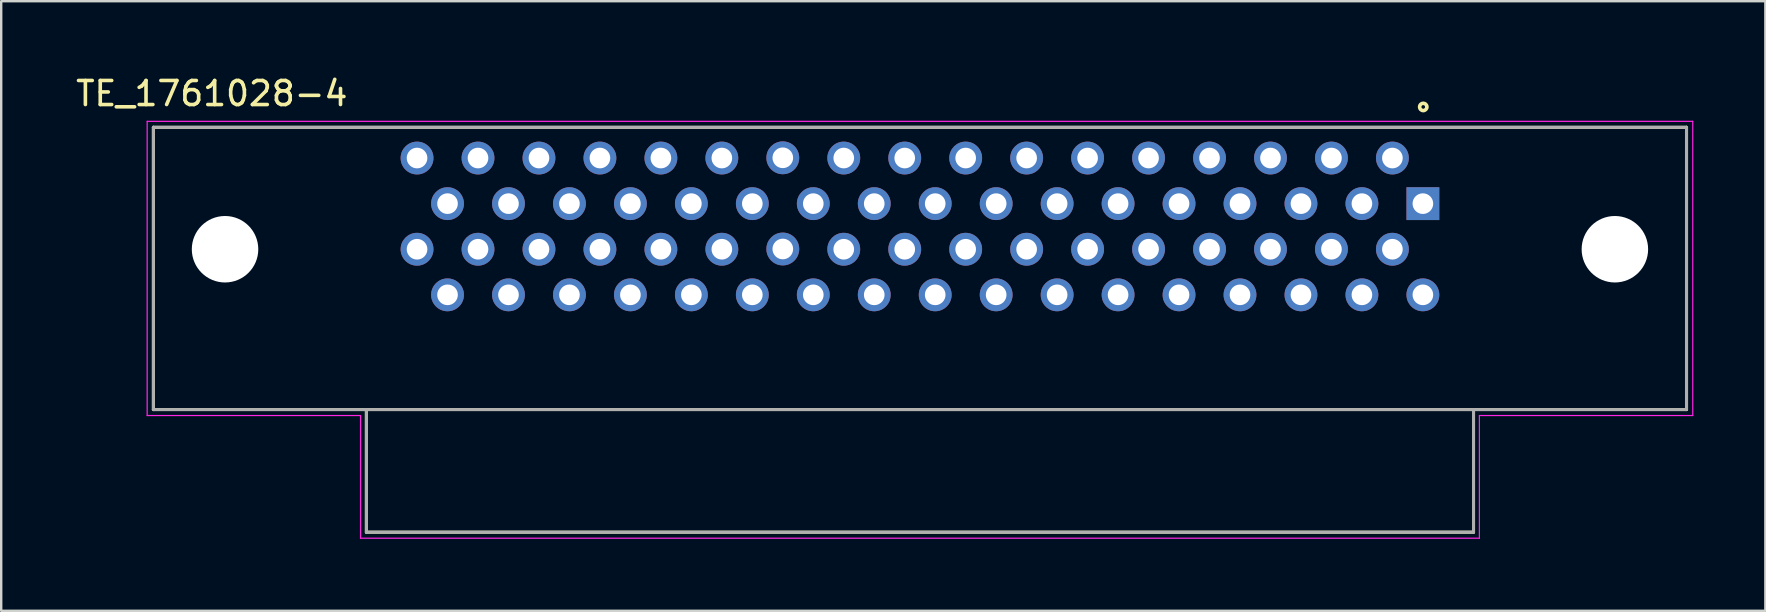
<source format=kicad_pcb>
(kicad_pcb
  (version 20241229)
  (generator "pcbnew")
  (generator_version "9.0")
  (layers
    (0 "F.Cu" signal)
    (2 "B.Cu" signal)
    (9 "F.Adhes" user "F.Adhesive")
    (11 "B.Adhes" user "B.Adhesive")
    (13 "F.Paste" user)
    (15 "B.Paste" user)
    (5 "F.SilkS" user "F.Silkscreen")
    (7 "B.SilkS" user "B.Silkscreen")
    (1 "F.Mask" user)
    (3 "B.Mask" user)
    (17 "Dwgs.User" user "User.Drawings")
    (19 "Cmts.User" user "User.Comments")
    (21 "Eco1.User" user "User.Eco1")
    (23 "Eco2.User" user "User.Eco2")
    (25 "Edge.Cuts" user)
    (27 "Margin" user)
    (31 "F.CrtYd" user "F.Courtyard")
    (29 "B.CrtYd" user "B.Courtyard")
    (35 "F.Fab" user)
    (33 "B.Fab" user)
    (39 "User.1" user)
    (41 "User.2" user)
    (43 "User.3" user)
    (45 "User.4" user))
  (footprint "TE_1761028-4"
    (layer "F.Cu")
    (at 35.282 7.335)
    (property "Reference" "TE_1761028-4" (at -29.507 -6.486 0) (layer "F.SilkS") (effects (font (size 1.001 1.001) (thickness 0.15))))
    (attr through_hole)
    (fp_line (start -31.94 -5.08) (end -31.94 6.68) (stroke (width 0.127) (type solid)) (layer "F.SilkS"))
    (fp_line (start -31.94 6.68) (end 31.94 6.68) (stroke (width 0.127) (type solid)) (layer "F.SilkS"))
    (fp_line (start -23.065 6.68) (end -23.065 11.79) (stroke (width 0.127) (type solid)) (layer "F.SilkS"))
    (fp_line (start -23.065 11.79) (end 23.065 11.79) (stroke (width 0.127) (type solid)) (layer "F.SilkS"))
    (fp_line (start 23.065 11.79) (end 23.065 6.68) (stroke (width 0.127) (type solid)) (layer "F.SilkS"))
    (fp_line (start 31.94 -5.08) (end -31.94 -5.08) (stroke (width 0.127) (type solid)) (layer "F.SilkS"))
    (fp_line (start 31.94 6.68) (end 31.94 -5.08) (stroke (width 0.127) (type solid)) (layer "F.SilkS"))
    (fp_circle (center 20.97 -5.93) (end 21.122 -5.93) (stroke (width 0.152) (type solid)) (fill no) (layer "F.SilkS"))
    (fp_line (start -32.2 -5.33) (end -32.2 6.93) (stroke (width 0.05) (type solid)) (layer "F.CrtYd"))
    (fp_line (start -32.2 6.93) (end -23.31 6.93) (stroke (width 0.05) (type solid)) (layer "F.CrtYd"))
    (fp_line (start -23.31 6.93) (end -23.31 12.04) (stroke (width 0.05) (type solid)) (layer "F.CrtYd"))
    (fp_line (start -23.31 12.04) (end 23.31 12.04) (stroke (width 0.05) (type solid)) (layer "F.CrtYd"))
    (fp_line (start 23.31 6.93) (end 32.2 6.93) (stroke (width 0.05) (type solid)) (layer "F.CrtYd"))
    (fp_line (start 23.31 12.04) (end 23.31 6.93) (stroke (width 0.05) (type solid)) (layer "F.CrtYd"))
    (fp_line (start 32.2 -5.33) (end -32.2 -5.33) (stroke (width 0.05) (type solid)) (layer "F.CrtYd"))
    (fp_line (start 32.2 6.93) (end 32.2 -5.33) (stroke (width 0.05) (type solid)) (layer "F.CrtYd"))
    (fp_line (start -31.94 -5.08) (end 31.94 -5.08) (stroke (width 0.127) (type solid)) (layer "F.Fab"))
    (fp_line (start -31.94 6.68) (end -31.94 -5.08) (stroke (width 0.127) (type solid)) (layer "F.Fab"))
    (fp_line (start -23.065 6.68) (end -31.94 6.68) (stroke (width 0.127) (type solid)) (layer "F.Fab"))
    (fp_line (start -23.065 6.68) (end -23.065 11.79) (stroke (width 0.127) (type solid)) (layer "F.Fab"))
    (fp_line (start -23.065 11.79) (end 23.065 11.79) (stroke (width 0.127) (type solid)) (layer "F.Fab"))
    (fp_line (start 23.065 6.68) (end -23.065 6.68) (stroke (width 0.127) (type solid)) (layer "F.Fab"))
    (fp_line (start 23.065 11.79) (end 23.065 6.68) (stroke (width 0.127) (type solid)) (layer "F.Fab"))
    (fp_line (start 31.94 -5.08) (end 31.94 6.68) (stroke (width 0.127) (type solid)) (layer "F.Fab"))
    (fp_line (start 31.94 6.68) (end 23.065 6.68) (stroke (width 0.127) (type solid)) (layer "F.Fab"))
    (pad "" np_thru_hole circle (at -28.955 0) (size 2.77 2.77) (drill 2.77) (layers "*.Cu" "*.Mask"))
    (pad "" np_thru_hole circle (at 28.955 0) (size 2.77 2.77) (drill 2.77) (layers "*.Cu" "*.Mask"))
    (pad "1" thru_hole rect (at 20.955 -1.9) (size 1.368 1.368) (drill 0.86) (layers "*.Cu" "*.Mask"))
    (pad "2" thru_hole circle (at 19.685 -3.8) (size 1.368 1.368) (drill 0.86) (layers "*.Cu" "*.Mask"))
    (pad "3" thru_hole circle (at 18.415 -1.9) (size 1.368 1.368) (drill 0.86) (layers "*.Cu" "*.Mask"))
    (pad "4" thru_hole circle (at 17.145 -3.8) (size 1.368 1.368) (drill 0.86) (layers "*.Cu" "*.Mask"))
    (pad "5" thru_hole circle (at 15.875 -1.9) (size 1.368 1.368) (drill 0.86) (layers "*.Cu" "*.Mask"))
    (pad "6" thru_hole circle (at 14.605 -3.8) (size 1.368 1.368) (drill 0.86) (layers "*.Cu" "*.Mask"))
    (pad "7" thru_hole circle (at 13.335 -1.9) (size 1.368 1.368) (drill 0.86) (layers "*.Cu" "*.Mask"))
    (pad "8" thru_hole circle (at 12.065 -3.8) (size 1.368 1.368) (drill 0.86) (layers "*.Cu" "*.Mask"))
    (pad "9" thru_hole circle (at 10.795 -1.9) (size 1.368 1.368) (drill 0.86) (layers "*.Cu" "*.Mask"))
    (pad "10" thru_hole circle (at 9.525 -3.8) (size 1.368 1.368) (drill 0.86) (layers "*.Cu" "*.Mask"))
    (pad "11" thru_hole circle (at 8.255 -1.9) (size 1.368 1.368) (drill 0.86) (layers "*.Cu" "*.Mask"))
    (pad "12" thru_hole circle (at 6.985 -3.8) (size 1.368 1.368) (drill 0.86) (layers "*.Cu" "*.Mask"))
    (pad "13" thru_hole circle (at 5.715 -1.9) (size 1.368 1.368) (drill 0.86) (layers "*.Cu" "*.Mask"))
    (pad "14" thru_hole circle (at 4.445 -3.8) (size 1.368 1.368) (drill 0.86) (layers "*.Cu" "*.Mask"))
    (pad "15" thru_hole circle (at 3.175 -1.9) (size 1.368 1.368) (drill 0.86) (layers "*.Cu" "*.Mask"))
    (pad "16" thru_hole circle (at 1.905 -3.8) (size 1.368 1.368) (drill 0.86) (layers "*.Cu" "*.Mask"))
    (pad "17" thru_hole circle (at 0.635 -1.9) (size 1.368 1.368) (drill 0.86) (layers "*.Cu" "*.Mask"))
    (pad "18" thru_hole circle (at -0.635 -3.8) (size 1.368 1.368) (drill 0.86) (layers "*.Cu" "*.Mask"))
    (pad "19" thru_hole circle (at -1.905 -1.9) (size 1.368 1.368) (drill 0.86) (layers "*.Cu" "*.Mask"))
    (pad "20" thru_hole circle (at -3.175 -3.8) (size 1.368 1.368) (drill 0.86) (layers "*.Cu" "*.Mask"))
    (pad "21" thru_hole circle (at -4.445 -1.9) (size 1.368 1.368) (drill 0.86) (layers "*.Cu" "*.Mask"))
    (pad "22" thru_hole circle (at -5.715 -3.81) (size 1.368 1.368) (drill 0.86) (layers "*.Cu" "*.Mask"))
    (pad "23" thru_hole circle (at -6.985 -1.9) (size 1.368 1.368) (drill 0.86) (layers "*.Cu" "*.Mask"))
    (pad "24" thru_hole circle (at -8.255 -3.8) (size 1.368 1.368) (drill 0.86) (layers "*.Cu" "*.Mask"))
    (pad "25" thru_hole circle (at -9.525 -1.9) (size 1.368 1.368) (drill 0.86) (layers "*.Cu" "*.Mask"))
    (pad "26" thru_hole circle (at -10.795 -3.8) (size 1.368 1.368) (drill 0.86) (layers "*.Cu" "*.Mask"))
    (pad "27" thru_hole circle (at -12.065 -1.9) (size 1.368 1.368) (drill 0.86) (layers "*.Cu" "*.Mask"))
    (pad "28" thru_hole circle (at -13.335 -3.8) (size 1.368 1.368) (drill 0.86) (layers "*.Cu" "*.Mask"))
    (pad "29" thru_hole circle (at -14.605 -1.9) (size 1.368 1.368) (drill 0.86) (layers "*.Cu" "*.Mask"))
    (pad "30" thru_hole circle (at -15.875 -3.8) (size 1.368 1.368) (drill 0.86) (layers "*.Cu" "*.Mask"))
    (pad "31" thru_hole circle (at -17.145 -1.9) (size 1.368 1.368) (drill 0.86) (layers "*.Cu" "*.Mask"))
    (pad "32" thru_hole circle (at -18.415 -3.8) (size 1.368 1.368) (drill 0.86) (layers "*.Cu" "*.Mask"))
    (pad "33" thru_hole circle (at -19.685 -1.9) (size 1.368 1.368) (drill 0.86) (layers "*.Cu" "*.Mask"))
    (pad "34" thru_hole circle (at -20.955 -3.8) (size 1.368 1.368) (drill 0.86) (layers "*.Cu" "*.Mask"))
    (pad "35" thru_hole circle (at 20.955 1.9) (size 1.368 1.368) (drill 0.86) (layers "*.Cu" "*.Mask"))
    (pad "36" thru_hole circle (at 19.685 0) (size 1.368 1.368) (drill 0.86) (layers "*.Cu" "*.Mask"))
    (pad "37" thru_hole circle (at 18.415 1.9) (size 1.368 1.368) (drill 0.86) (layers "*.Cu" "*.Mask"))
    (pad "38" thru_hole circle (at 17.145 0) (size 1.368 1.368) (drill 0.86) (layers "*.Cu" "*.Mask"))
    (pad "39" thru_hole circle (at 15.875 1.9) (size 1.368 1.368) (drill 0.86) (layers "*.Cu" "*.Mask"))
    (pad "40" thru_hole circle (at 14.605 0) (size 1.368 1.368) (drill 0.86) (layers "*.Cu" "*.Mask"))
    (pad "41" thru_hole circle (at 13.335 1.9) (size 1.368 1.368) (drill 0.86) (layers "*.Cu" "*.Mask"))
    (pad "42" thru_hole circle (at 12.065 0) (size 1.368 1.368) (drill 0.86) (layers "*.Cu" "*.Mask"))
    (pad "43" thru_hole circle (at 10.795 1.9) (size 1.368 1.368) (drill 0.86) (layers "*.Cu" "*.Mask"))
    (pad "44" thru_hole circle (at 9.525 0) (size 1.368 1.368) (drill 0.86) (layers "*.Cu" "*.Mask"))
    (pad "45" thru_hole circle (at 8.255 1.9) (size 1.368 1.368) (drill 0.86) (layers "*.Cu" "*.Mask"))
    (pad "46" thru_hole circle (at 6.985 0) (size 1.368 1.368) (drill 0.86) (layers "*.Cu" "*.Mask"))
    (pad "47" thru_hole circle (at 5.715 1.9) (size 1.368 1.368) (drill 0.86) (layers "*.Cu" "*.Mask"))
    (pad "48" thru_hole circle (at 4.445 0) (size 1.368 1.368) (drill 0.86) (layers "*.Cu" "*.Mask"))
    (pad "49" thru_hole circle (at 3.175 1.9) (size 1.368 1.368) (drill 0.86) (layers "*.Cu" "*.Mask"))
    (pad "50" thru_hole circle (at 1.905 0) (size 1.368 1.368) (drill 0.86) (layers "*.Cu" "*.Mask"))
    (pad "51" thru_hole circle (at 0.635 1.9) (size 1.368 1.368) (drill 0.86) (layers "*.Cu" "*.Mask"))
    (pad "52" thru_hole circle (at -0.635 0) (size 1.368 1.368) (drill 0.86) (layers "*.Cu" "*.Mask"))
    (pad "53" thru_hole circle (at -1.905 1.9) (size 1.368 1.368) (drill 0.86) (layers "*.Cu" "*.Mask"))
    (pad "54" thru_hole circle (at -3.175 0) (size 1.368 1.368) (drill 0.86) (layers "*.Cu" "*.Mask"))
    (pad "55" thru_hole circle (at -4.445 1.9) (size 1.368 1.368) (drill 0.86) (layers "*.Cu" "*.Mask"))
    (pad "56" thru_hole circle (at -5.715 -0.01) (size 1.368 1.368) (drill 0.86) (layers "*.Cu" "*.Mask"))
    (pad "57" thru_hole circle (at -6.985 1.9) (size 1.368 1.368) (drill 0.86) (layers "*.Cu" "*.Mask"))
    (pad "58" thru_hole circle (at -8.255 0) (size 1.368 1.368) (drill 0.86) (layers "*.Cu" "*.Mask"))
    (pad "59" thru_hole circle (at -9.525 1.9) (size 1.368 1.368) (drill 0.86) (layers "*.Cu" "*.Mask"))
    (pad "60" thru_hole circle (at -10.795 0) (size 1.368 1.368) (drill 0.86) (layers "*.Cu" "*.Mask"))
    (pad "61" thru_hole circle (at -12.065 1.9) (size 1.368 1.368) (drill 0.86) (layers "*.Cu" "*.Mask"))
    (pad "62" thru_hole circle (at -13.335 0) (size 1.368 1.368) (drill 0.86) (layers "*.Cu" "*.Mask"))
    (pad "63" thru_hole circle (at -14.605 1.9) (size 1.368 1.368) (drill 0.86) (layers "*.Cu" "*.Mask"))
    (pad "64" thru_hole circle (at -15.875 0) (size 1.368 1.368) (drill 0.86) (layers "*.Cu" "*.Mask"))
    (pad "65" thru_hole circle (at -17.145 1.9) (size 1.368 1.368) (drill 0.86) (layers "*.Cu" "*.Mask"))
    (pad "66" thru_hole circle (at -18.415 0) (size 1.368 1.368) (drill 0.86) (layers "*.Cu" "*.Mask"))
    (pad "67" thru_hole circle (at -19.685 1.9) (size 1.368 1.368) (drill 0.86) (layers "*.Cu" "*.Mask"))
    (pad "68" thru_hole circle (at -20.955 0) (size 1.368 1.368) (drill 0.86) (layers "*.Cu" "*.Mask")))
  (gr_rect
    (start -3 -3)
    (end 70.507 22.4)
    (stroke (width 0.1) (type default))
    (fill no)
    (layer "Edge.Cuts")))
</source>
